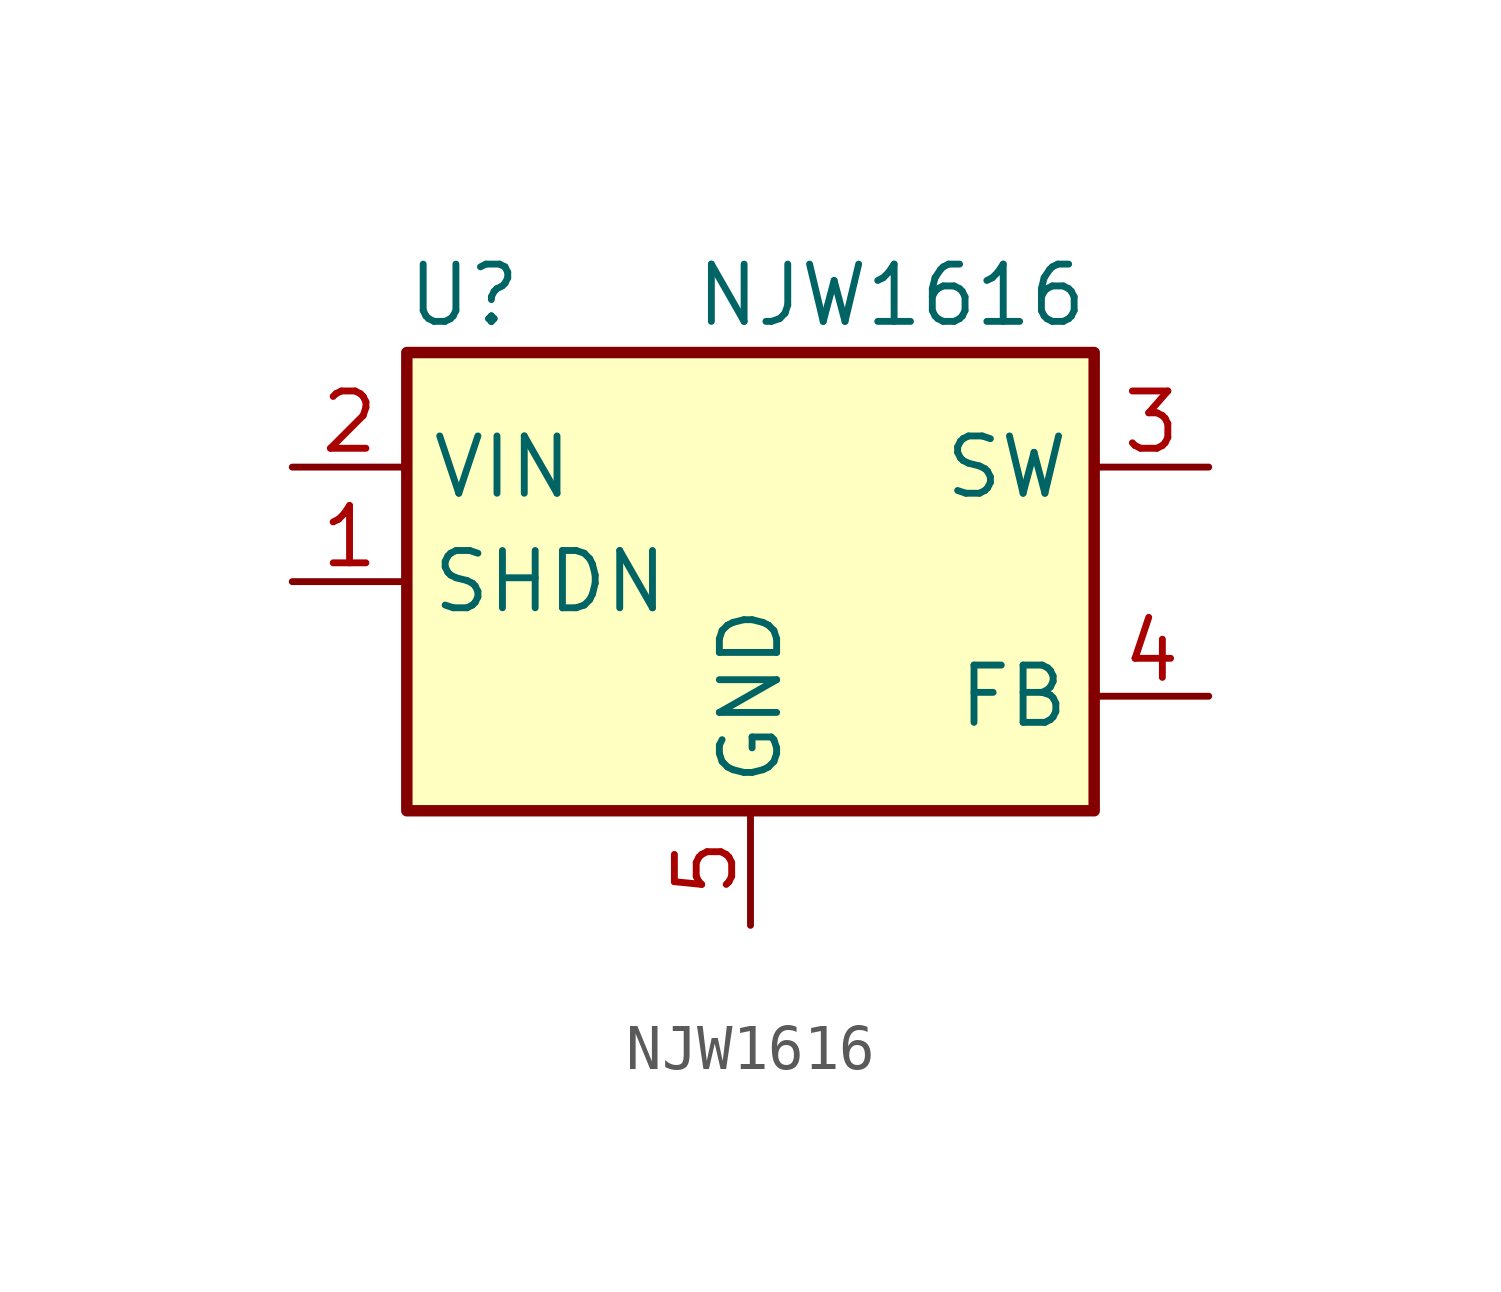
<source format=kicad_sym>
(kicad_symbol_lib
  (version 20220914)
  (generator kicad_symbol_editor)
  (symbol "NJW1616"
    (property "Reference" "U"
      (at -6.35 6.35 0)
      (effects (font (size 1.27 1.27))))
    (property "Value" "NJW1616"
      (at -1.27 6.35 0)
      (effects (font (size 1.27 1.27)) (justify left)))
    (symbol "NJW1616_0_1"
      (rectangle (start -7.62 5.08) (end 7.62 -5.08) (stroke (width 0.254) (type default)) (fill (type background))))
    (symbol "NJW1616_1_1"
      (pin input line (at -10.16 0 0) (length 2.54) (name "SHDN" (effects (font (size 1.27 1.27)))) (number "1" (effects (font (size 1.27 1.27)))))
      (pin power_in line (at -10.16 2.54 0) (length 2.54) (name "VIN" (effects (font (size 1.27 1.27)))) (number "2" (effects (font (size 1.27 1.27)))))
      (pin power_out line (at 10.16 2.54 180) (length 2.54) (name "SW" (effects (font (size 1.27 1.27)))) (number "3" (effects (font (size 1.27 1.27)))))
      (pin input line (at 10.16 -2.54 180) (length 2.54) (name "FB" (effects (font (size 1.27 1.27)))) (number "4" (effects (font (size 1.27 1.27)))))
      (pin power_in line (at 0 -7.62 90) (length 2.54) (name "GND" (effects (font (size 1.27 1.27)))) (number "5" (effects (font (size 1.27 1.27)))))
      (pin passive line (at 0 -7.62 90) (length 2.54) hide (name "GND" (effects (font (size 1.27 1.27)))) (number "6" (effects (font (size 1.27 1.27)))))
      (pin passive line (at 0 -7.62 90) (length 2.54) hide (name "GND" (effects (font (size 1.27 1.27)))) (number "7" (effects (font (size 1.27 1.27)))))
      (pin passive line (at 0 -7.62 90) (length 2.54) hide (name "GND" (effects (font (size 1.27 1.27)))) (number "8" (effects (font (size 1.27 1.27))))))))
</source>
